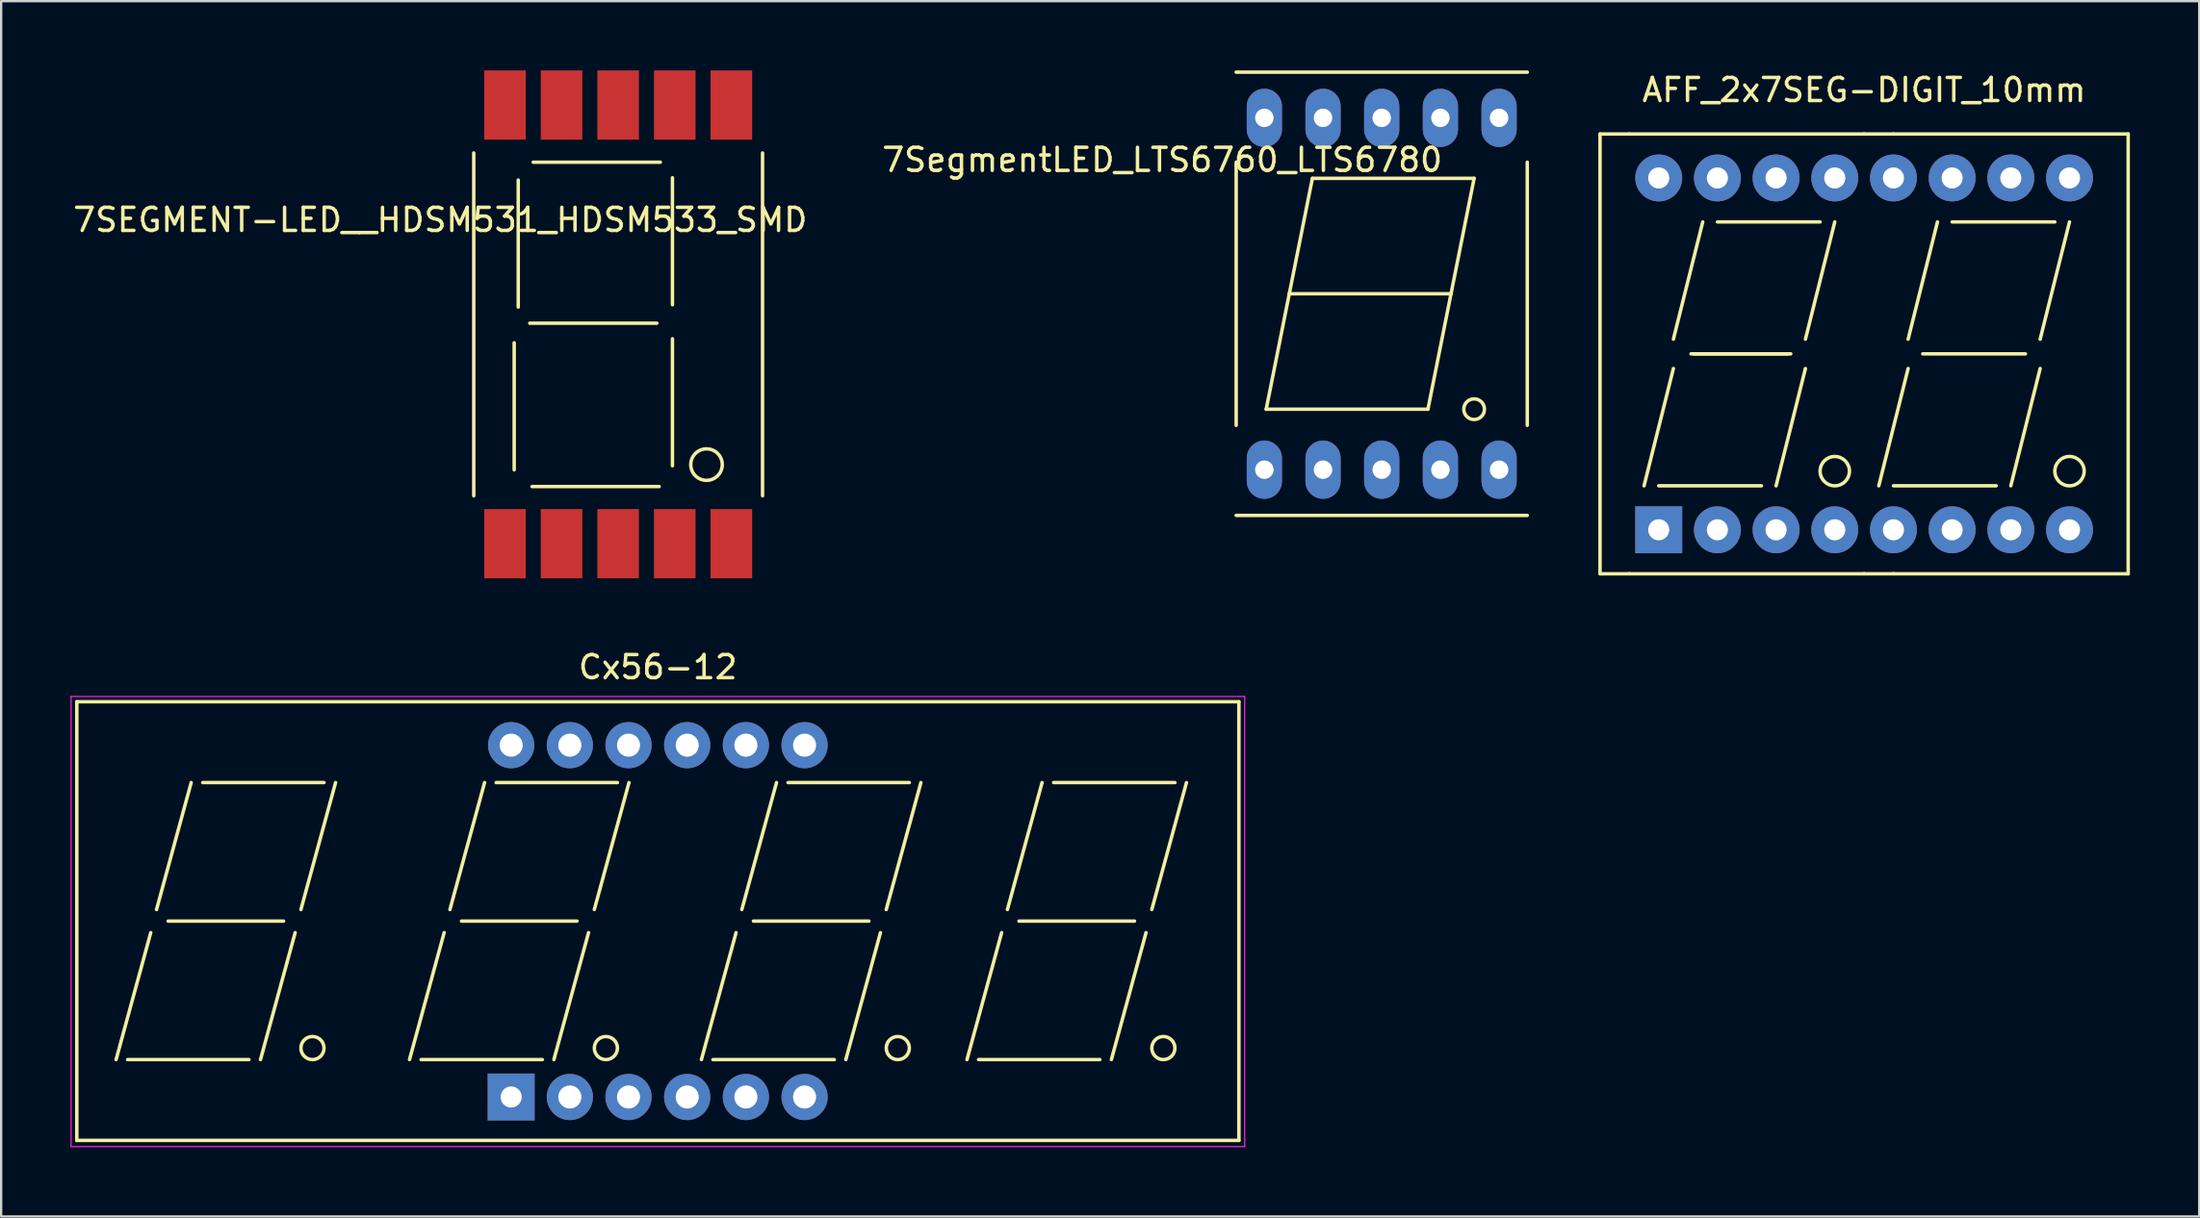
<source format=kicad_pcb>
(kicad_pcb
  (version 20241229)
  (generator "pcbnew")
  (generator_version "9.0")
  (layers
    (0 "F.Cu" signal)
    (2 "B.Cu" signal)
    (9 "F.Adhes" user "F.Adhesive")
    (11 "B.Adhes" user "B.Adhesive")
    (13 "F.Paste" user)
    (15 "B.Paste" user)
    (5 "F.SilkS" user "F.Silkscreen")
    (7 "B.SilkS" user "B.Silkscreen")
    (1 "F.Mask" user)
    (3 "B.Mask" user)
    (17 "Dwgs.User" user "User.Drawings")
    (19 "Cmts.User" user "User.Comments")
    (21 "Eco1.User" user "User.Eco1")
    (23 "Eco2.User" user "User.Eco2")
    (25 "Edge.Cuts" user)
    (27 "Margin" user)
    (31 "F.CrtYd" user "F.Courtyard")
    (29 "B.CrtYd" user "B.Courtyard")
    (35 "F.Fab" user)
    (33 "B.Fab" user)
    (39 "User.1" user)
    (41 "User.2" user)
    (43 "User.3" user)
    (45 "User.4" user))
  (footprint "Cx56-12"
    (layer "F.Cu")
    (at 19.075 44.468)
    (property "Reference" "Cx56-12" (at 6.35 -18.62 0) (layer "F.SilkS") (effects (font (size 1 1) (thickness 0.15))))
    (attr through_hole)
    (fp_line (start -18.8 -17.12) (end 31.5 -17.12) (stroke (width 0.15) (type solid)) (layer "F.SilkS"))
    (fp_line (start -18.8 1.88) (end -18.8 -17.12) (stroke (width 0.15) (type solid)) (layer "F.SilkS"))
    (fp_line (start -17.1 -1.62) (end -15.6 -7.12) (stroke (width 0.15) (type solid)) (layer "F.SilkS"))
    (fp_line (start -16.6 -1.62) (end -11.35 -1.62) (stroke (width 0.15) (type solid)) (layer "F.SilkS"))
    (fp_line (start -15.35 -8.12) (end -13.85 -13.62) (stroke (width 0.15) (type solid)) (layer "F.SilkS"))
    (fp_line (start -14.85 -7.62) (end -9.85 -7.62) (stroke (width 0.15) (type solid)) (layer "F.SilkS"))
    (fp_line (start -13.35 -13.62) (end -8.1 -13.62) (stroke (width 0.15) (type solid)) (layer "F.SilkS"))
    (fp_line (start -10.85 -1.62) (end -9.35 -7.12) (stroke (width 0.15) (type solid)) (layer "F.SilkS"))
    (fp_line (start -9.1 -8.12) (end -7.6 -13.62) (stroke (width 0.15) (type solid)) (layer "F.SilkS"))
    (fp_line (start -4.4 -1.62) (end -2.9 -7.12) (stroke (width 0.15) (type solid)) (layer "F.SilkS"))
    (fp_line (start -3.9 -1.62) (end 1.35 -1.62) (stroke (width 0.15) (type solid)) (layer "F.SilkS"))
    (fp_line (start -2.65 -8.12) (end -1.15 -13.62) (stroke (width 0.15) (type solid)) (layer "F.SilkS"))
    (fp_line (start -2.15 -7.62) (end 2.85 -7.62) (stroke (width 0.15) (type solid)) (layer "F.SilkS"))
    (fp_line (start -0.65 -13.62) (end 4.6 -13.62) (stroke (width 0.15) (type solid)) (layer "F.SilkS"))
    (fp_line (start 1.85 -1.62) (end 3.35 -7.12) (stroke (width 0.15) (type solid)) (layer "F.SilkS"))
    (fp_line (start 3.6 -8.12) (end 5.1 -13.62) (stroke (width 0.15) (type solid)) (layer "F.SilkS"))
    (fp_line (start 8.235 -1.62) (end 9.735 -7.12) (stroke (width 0.15) (type solid)) (layer "F.SilkS"))
    (fp_line (start 8.735 -1.62) (end 13.985 -1.62) (stroke (width 0.15) (type solid)) (layer "F.SilkS"))
    (fp_line (start 9.985 -8.12) (end 11.485 -13.62) (stroke (width 0.15) (type solid)) (layer "F.SilkS"))
    (fp_line (start 10.485 -7.62) (end 15.485 -7.62) (stroke (width 0.15) (type solid)) (layer "F.SilkS"))
    (fp_line (start 11.985 -13.62) (end 17.235 -13.62) (stroke (width 0.15) (type solid)) (layer "F.SilkS"))
    (fp_line (start 14.485 -1.62) (end 15.985 -7.12) (stroke (width 0.15) (type solid)) (layer "F.SilkS"))
    (fp_line (start 16.235 -8.12) (end 17.735 -13.62) (stroke (width 0.15) (type solid)) (layer "F.SilkS"))
    (fp_line (start 19.73 -1.62) (end 21.23 -7.12) (stroke (width 0.15) (type solid)) (layer "F.SilkS"))
    (fp_line (start 20.23 -1.62) (end 25.48 -1.62) (stroke (width 0.15) (type solid)) (layer "F.SilkS"))
    (fp_line (start 21.48 -8.12) (end 22.98 -13.62) (stroke (width 0.15) (type solid)) (layer "F.SilkS"))
    (fp_line (start 21.98 -7.62) (end 26.98 -7.62) (stroke (width 0.15) (type solid)) (layer "F.SilkS"))
    (fp_line (start 23.48 -13.62) (end 28.73 -13.62) (stroke (width 0.15) (type solid)) (layer "F.SilkS"))
    (fp_line (start 25.98 -1.62) (end 27.48 -7.12) (stroke (width 0.15) (type solid)) (layer "F.SilkS"))
    (fp_line (start 27.73 -8.12) (end 29.23 -13.62) (stroke (width 0.15) (type solid)) (layer "F.SilkS"))
    (fp_line (start 31.5 -17.12) (end 31.5 1.88) (stroke (width 0.15) (type solid)) (layer "F.SilkS"))
    (fp_line (start 31.5 1.88) (end -18.8 1.88) (stroke (width 0.15) (type solid)) (layer "F.SilkS"))
    (fp_circle (center -8.6 -2.12) (end -8.6 -1.62) (stroke (width 0.15) (type solid)) (fill no) (layer "F.SilkS"))
    (fp_circle (center 4.1 -2.12) (end 4.1 -1.62) (stroke (width 0.15) (type solid)) (fill no) (layer "F.SilkS"))
    (fp_circle (center 16.735 -2.12) (end 16.735 -1.62) (stroke (width 0.15) (type solid)) (fill no) (layer "F.SilkS"))
    (fp_circle (center 28.23 -2.12) (end 28.23 -1.62) (stroke (width 0.15) (type solid)) (fill no) (layer "F.SilkS"))
    (fp_line (start -19.05 -17.35) (end 31.75 -17.35) (stroke (width 0.05) (type solid)) (layer "F.CrtYd"))
    (fp_line (start -19.05 2.15) (end -19.05 -17.35) (stroke (width 0.05) (type solid)) (layer "F.CrtYd"))
    (fp_line (start 31.75 -17.35) (end 31.75 2.15) (stroke (width 0.05) (type solid)) (layer "F.CrtYd"))
    (fp_line (start 31.75 2.15) (end -19.05 2.15) (stroke (width 0.05) (type solid)) (layer "F.CrtYd"))
    (pad "1" thru_hole rect (at 0 0) (size 2.032 2.032) (drill 0.914) (layers "*.Cu" "*.Mask"))
    (pad "2" thru_hole circle (at 2.54 0) (size 2 2) (drill 1) (layers "*.Cu" "*.Mask"))
    (pad "3" thru_hole circle (at 5.08 0) (size 2 2) (drill 1) (layers "*.Cu" "*.Mask"))
    (pad "4" thru_hole circle (at 7.62 0) (size 2 2) (drill 1) (layers "*.Cu" "*.Mask"))
    (pad "5" thru_hole circle (at 10.16 0) (size 2 2) (drill 1) (layers "*.Cu" "*.Mask"))
    (pad "6" thru_hole circle (at 12.7 0) (size 2 2) (drill 1) (layers "*.Cu" "*.Mask"))
    (pad "7" thru_hole circle (at 12.7 -15.24) (size 2 2) (drill 1) (layers "*.Cu" "*.Mask"))
    (pad "8" thru_hole circle (at 10.16 -15.24) (size 2 2) (drill 1) (layers "*.Cu" "*.Mask"))
    (pad "9" thru_hole circle (at 7.62 -15.24) (size 2 2) (drill 1) (layers "*.Cu" "*.Mask"))
    (pad "10" thru_hole circle (at 5.08 -15.24) (size 2 2) (drill 1) (layers "*.Cu" "*.Mask"))
    (pad "11" thru_hole circle (at 2.54 -15.24) (size 2 2) (drill 1) (layers "*.Cu" "*.Mask"))
    (pad "12" thru_hole circle (at 0 -15.24) (size 2 2) (drill 1) (layers "*.Cu" "*.Mask")))
  (footprint "7SEGMENT-LED__HDSM531_HDSM533_SMD"
    (layer "F.Cu")
    (at 23.706 11)
    (property "Reference" "7SEGMENT-LED__HDSM531_HDSM533_SMD" (at -7.7 -4.525 0) (layer "F.SilkS") (effects (font (size 1 1) (thickness 0.15))))
    (attr smd)
    (fp_line (start -6.25 -7.425) (end -6.25 7.425) (stroke (width 0.15) (type solid)) (layer "F.SilkS"))
    (fp_line (start -4.5 6.3) (end -4.5 0.8) (stroke (width 0.15) (type solid)) (layer "F.SilkS"))
    (fp_line (start -4.325 -0.75) (end -4.325 -6.25) (stroke (width 0.15) (type solid)) (layer "F.SilkS"))
    (fp_line (start -3.825 -0.05) (end 1.675 -0.05) (stroke (width 0.15) (type solid)) (layer "F.SilkS"))
    (fp_line (start -3.725 7.025) (end 1.775 7.025) (stroke (width 0.15) (type solid)) (layer "F.SilkS"))
    (fp_line (start -3.675 -7.025) (end 1.825 -7.025) (stroke (width 0.15) (type solid)) (layer "F.SilkS"))
    (fp_line (start 2.35 -0.85) (end 2.35 -6.35) (stroke (width 0.15) (type solid)) (layer "F.SilkS"))
    (fp_line (start 2.35 6.125) (end 2.35 0.625) (stroke (width 0.15) (type solid)) (layer "F.SilkS"))
    (fp_line (start 6.25 7.425) (end 6.25 -7.425) (stroke (width 0.15) (type solid)) (layer "F.SilkS"))
    (fp_circle (center 3.825 6.075) (end 3.925 6.75) (stroke (width 0.15) (type solid)) (fill no) (layer "F.SilkS"))
    (pad "1" smd rect (at -4.9 9.5) (size 1.8 3) (layers "F.Cu" "F.Mask" "F.Paste"))
    (pad "2" smd rect (at -2.45 9.5) (size 1.8 3) (layers "F.Cu" "F.Mask" "F.Paste"))
    (pad "3" smd rect (at 0 9.5) (size 1.8 3) (layers "F.Cu" "F.Mask" "F.Paste"))
    (pad "4" smd rect (at 2.45 9.5) (size 1.8 3) (layers "F.Cu" "F.Mask" "F.Paste"))
    (pad "5" smd rect (at 4.9 9.5) (size 1.8 3) (layers "F.Cu" "F.Mask" "F.Paste"))
    (pad "6" smd rect (at 4.9 -9.5) (size 1.8 3) (layers "F.Cu" "F.Mask" "F.Paste"))
    (pad "7" smd rect (at 2.45 -9.5) (size 1.8 3) (layers "F.Cu" "F.Mask" "F.Paste"))
    (pad "8" smd rect (at 0 -9.5) (size 1.8 3) (layers "F.Cu" "F.Mask" "F.Paste"))
    (pad "9" smd rect (at -2.45 -9.5) (size 1.8 3) (layers "F.Cu" "F.Mask" "F.Paste"))
    (pad "10" smd rect (at -4.9 -9.5) (size 1.8 3) (layers "F.Cu" "F.Mask" "F.Paste")))
  (footprint "AFF_2x7SEG-DIGIT_10mm"
    (layer "F.Cu")
    (at 77.636 12.278)
    (property "Reference" "AFF_2x7SEG-DIGIT_10mm" (at 0 -11.43 0) (layer "F.SilkS") (effects (font (size 1 1) (thickness 0.15))))
    (attr through_hole)
    (fp_line (start -11.43 -9.525) (end -11.43 9.525) (stroke (width 0.15) (type solid)) (layer "F.SilkS"))
    (fp_line (start -11.43 9.525) (end -10.16 9.525) (stroke (width 0.15) (type solid)) (layer "F.SilkS"))
    (fp_line (start -10.16 -9.525) (end -11.43 -9.525) (stroke (width 0.15) (type solid)) (layer "F.SilkS"))
    (fp_line (start -10.16 9.525) (end 0 9.525) (stroke (width 0.15) (type solid)) (layer "F.SilkS"))
    (fp_line (start -8.89 5.715) (end -4.445 5.715) (stroke (width 0.15) (type solid)) (layer "F.SilkS"))
    (fp_line (start -8.255 -0.635) (end -6.985 -5.715) (stroke (width 0.15) (type solid)) (layer "F.SilkS"))
    (fp_line (start -8.255 0.635) (end -9.525 5.715) (stroke (width 0.15) (type solid)) (layer "F.SilkS"))
    (fp_line (start -7.493 0) (end -3.175 0) (stroke (width 0.15) (type solid)) (layer "F.SilkS"))
    (fp_line (start -7.366 0) (end -3.302 0) (stroke (width 0.15) (type solid)) (layer "F.SilkS"))
    (fp_line (start -6.35 -5.715) (end -1.905 -5.715) (stroke (width 0.15) (type solid)) (layer "F.SilkS"))
    (fp_line (start -2.54 -0.635) (end -1.27 -5.715) (stroke (width 0.15) (type solid)) (layer "F.SilkS"))
    (fp_line (start -2.54 0.635) (end -3.81 5.715) (stroke (width 0.15) (type solid)) (layer "F.SilkS"))
    (fp_line (start 0 -9.525) (end -10.16 -9.525) (stroke (width 0.15) (type solid)) (layer "F.SilkS"))
    (fp_line (start 0 9.525) (end 1.27 9.525) (stroke (width 0.15) (type solid)) (layer "F.SilkS"))
    (fp_line (start 0.635 5.715) (end 1.905 0.635) (stroke (width 0.15) (type solid)) (layer "F.SilkS"))
    (fp_line (start 1.27 -9.525) (end 0 -9.525) (stroke (width 0.15) (type solid)) (layer "F.SilkS"))
    (fp_line (start 1.27 -9.525) (end 11.43 -9.525) (stroke (width 0.15) (type solid)) (layer "F.SilkS"))
    (fp_line (start 1.27 5.715) (end 5.715 5.715) (stroke (width 0.15) (type solid)) (layer "F.SilkS"))
    (fp_line (start 1.905 -0.635) (end 3.175 -5.715) (stroke (width 0.15) (type solid)) (layer "F.SilkS"))
    (fp_line (start 2.54 0) (end 6.985 0) (stroke (width 0.15) (type solid)) (layer "F.SilkS"))
    (fp_line (start 3.81 -5.715) (end 8.255 -5.715) (stroke (width 0.15) (type solid)) (layer "F.SilkS"))
    (fp_line (start 7.62 -0.635) (end 8.89 -5.715) (stroke (width 0.15) (type solid)) (layer "F.SilkS"))
    (fp_line (start 7.62 0.635) (end 6.35 5.715) (stroke (width 0.15) (type solid)) (layer "F.SilkS"))
    (fp_line (start 11.43 -9.525) (end 11.43 9.525) (stroke (width 0.15) (type solid)) (layer "F.SilkS"))
    (fp_line (start 11.43 9.525) (end 1.27 9.525) (stroke (width 0.15) (type solid)) (layer "F.SilkS"))
    (fp_circle (center -1.27 5.08) (end -0.635 5.08) (stroke (width 0.15) (type solid)) (fill no) (layer "F.SilkS"))
    (fp_circle (center 8.89 5.08) (end 9.525 5.08) (stroke (width 0.15) (type solid)) (fill no) (layer "F.SilkS"))
    (pad "1" thru_hole rect (at -8.89 7.62) (size 2.032 2.032) (drill 0.914) (layers "*.Cu" "*.Mask"))
    (pad "2" thru_hole circle (at -6.35 7.62) (size 2.032 2.032) (drill 0.914) (layers "*.Cu" "*.Mask"))
    (pad "3" thru_hole circle (at -3.81 7.62) (size 2.032 2.032) (drill 0.914) (layers "*.Cu" "*.Mask"))
    (pad "4" thru_hole circle (at -1.27 7.62) (size 2.032 2.032) (drill 0.914) (layers "*.Cu" "*.Mask"))
    (pad "5" thru_hole circle (at 1.27 7.62) (size 2.032 2.032) (drill 0.914) (layers "*.Cu" "*.Mask"))
    (pad "6" thru_hole circle (at 3.81 7.62) (size 2.032 2.032) (drill 0.914) (layers "*.Cu" "*.Mask"))
    (pad "7" thru_hole circle (at 6.35 7.62) (size 2.032 2.032) (drill 0.914) (layers "*.Cu" "*.Mask"))
    (pad "8" thru_hole circle (at 8.89 7.62) (size 2.032 2.032) (drill 0.914) (layers "*.Cu" "*.Mask"))
    (pad "9" thru_hole circle (at 8.89 -7.62) (size 2.032 2.032) (drill 0.914) (layers "*.Cu" "*.Mask"))
    (pad "10" thru_hole circle (at 6.35 -7.62) (size 2.032 2.032) (drill 0.914) (layers "*.Cu" "*.Mask"))
    (pad "11" thru_hole circle (at 3.81 -7.62) (size 2.032 2.032) (drill 0.914) (layers "*.Cu" "*.Mask"))
    (pad "12" thru_hole circle (at 1.27 -7.62) (size 2.032 2.032) (drill 0.914) (layers "*.Cu" "*.Mask"))
    (pad "13" thru_hole circle (at -1.27 -7.62) (size 2.032 2.032) (drill 0.914) (layers "*.Cu" "*.Mask"))
    (pad "14" thru_hole circle (at -3.81 -7.62) (size 2.032 2.032) (drill 0.914) (layers "*.Cu" "*.Mask"))
    (pad "15" thru_hole circle (at -6.35 -7.62) (size 2.032 2.032) (drill 0.914) (layers "*.Cu" "*.Mask"))
    (pad "16" thru_hole circle (at -8.89 -7.62) (size 2.032 2.032) (drill 0.914) (layers "*.Cu" "*.Mask")))
  (footprint "7SegmentLED_LTS6760_LTS6780"
    (layer "F.Cu")
    (at 56.756 9.675)
    (property "Reference" "7SegmentLED_LTS6760_LTS6780" (at -9.5 -5.8 0) (layer "F.SilkS") (effects (font (size 1 1) (thickness 0.15))))
    (attr through_hole)
    (fp_line (start -6.3 -9.6) (end 6.3 -9.6) (stroke (width 0.15) (type solid)) (layer "F.SilkS"))
    (fp_line (start -6.3 -5.7) (end -6.3 5.7) (stroke (width 0.15) (type solid)) (layer "F.SilkS"))
    (fp_line (start -5 5) (end 2 5) (stroke (width 0.15) (type solid)) (layer "F.SilkS"))
    (fp_line (start -4 0) (end -5 5) (stroke (width 0.15) (type solid)) (layer "F.SilkS"))
    (fp_line (start -3 -5) (end -4 0) (stroke (width 0.15) (type solid)) (layer "F.SilkS"))
    (fp_line (start -3 -5) (end 4 -5) (stroke (width 0.15) (type solid)) (layer "F.SilkS"))
    (fp_line (start 2 5) (end 3 0) (stroke (width 0.15) (type solid)) (layer "F.SilkS"))
    (fp_line (start 3 0) (end -4 0) (stroke (width 0.15) (type solid)) (layer "F.SilkS"))
    (fp_line (start 4 -5) (end 3 0) (stroke (width 0.15) (type solid)) (layer "F.SilkS"))
    (fp_line (start 6.3 -5.7) (end 6.3 5.7) (stroke (width 0.15) (type solid)) (layer "F.SilkS"))
    (fp_line (start 6.3 9.6) (end -6.3 9.6) (stroke (width 0.15) (type solid)) (layer "F.SilkS"))
    (fp_circle (center 4 5) (end 4.4 5.2) (stroke (width 0.15) (type solid)) (fill no) (layer "F.SilkS"))
    (pad "1" thru_hole oval (at -5.08 7.62) (size 1.524 2.524) (drill 0.8) (layers "*.Cu" "*.Mask"))
    (pad "2" thru_hole oval (at -2.54 7.62) (size 1.524 2.524) (drill 0.8) (layers "*.Cu" "*.Mask"))
    (pad "3" thru_hole oval (at 0 7.62) (size 1.524 2.524) (drill 0.8) (layers "*.Cu" "*.Mask"))
    (pad "4" thru_hole oval (at 2.54 7.62) (size 1.524 2.524) (drill 0.8) (layers "*.Cu" "*.Mask"))
    (pad "5" thru_hole oval (at 5.08 7.62) (size 1.524 2.524) (drill 0.8) (layers "*.Cu" "*.Mask"))
    (pad "6" thru_hole oval (at 5.08 -7.62) (size 1.524 2.524) (drill 0.8) (layers "*.Cu" "*.Mask"))
    (pad "7" thru_hole oval (at 2.54 -7.62) (size 1.524 2.524) (drill 0.8) (layers "*.Cu" "*.Mask"))
    (pad "8" thru_hole oval (at 0 -7.62) (size 1.524 2.524) (drill 0.8) (layers "*.Cu" "*.Mask"))
    (pad "9" thru_hole oval (at -2.54 -7.62) (size 1.524 2.524) (drill 0.8) (layers "*.Cu" "*.Mask"))
    (pad "10" thru_hole oval (at -5.08 -7.62) (size 1.524 2.524) (drill 0.8) (layers "*.Cu" "*.Mask")))
  (gr_rect
    (start -3 -3)
    (end 92.141 49.643)
    (stroke (width 0.1) (type default))
    (fill no)
    (layer "Edge.Cuts")))
</source>
